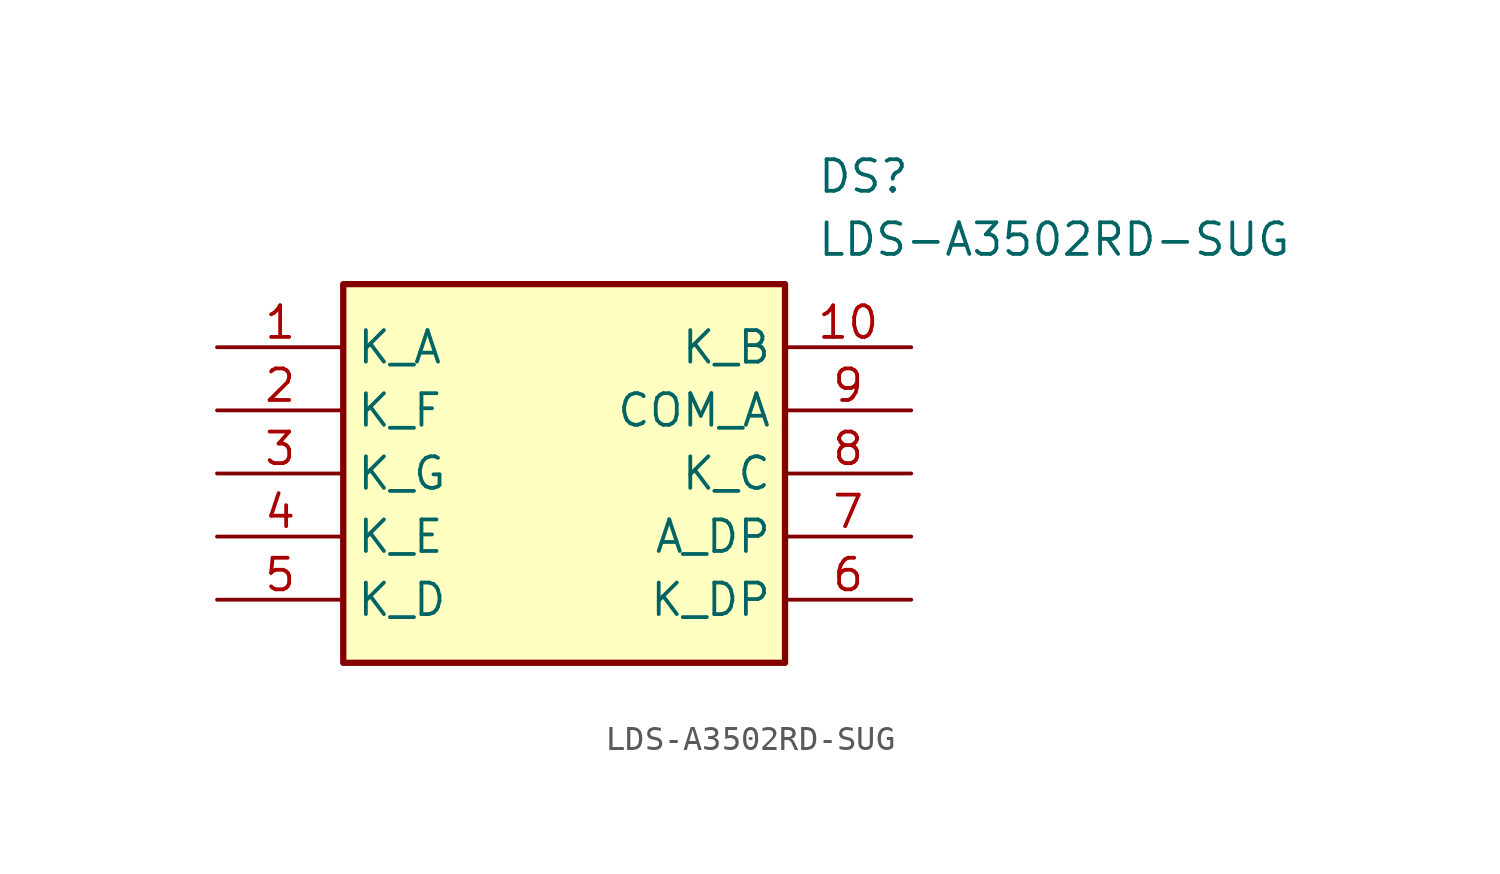
<source format=kicad_sym>
(kicad_symbol_lib
  (version 20231120)
  (generator "kicad_symbol_editor")
  (generator_version "8.0")
  (symbol "LDS-A3502RD-SUG"
    (property "Reference" "DS"
      (at 24.13 7.62 0)
      (effects (font (size 1.27 1.27)) (justify left top)))
    (property "Value" "LDS-A3502RD-SUG"
      (at 24.13 5.08 0)
      (effects (font (size 1.27 1.27)) (justify left top)))
    (symbol "LDS-A3502RD-SUG_1_1"
      (rectangle (start 5.08 2.54) (end 22.86 -12.7) (stroke (width 0.254) (type default)) (fill (type background)))
      (pin passive line (at 0 0 0) (length 5.08) (name "K_A" (effects (font (size 1.27 1.27)))) (number "1" (effects (font (size 1.27 1.27)))))
      (pin passive line (at 27.94 0 180) (length 5.08) (name "K_B" (effects (font (size 1.27 1.27)))) (number "10" (effects (font (size 1.27 1.27)))))
      (pin passive line (at 0 -2.54 0) (length 5.08) (name "K_F" (effects (font (size 1.27 1.27)))) (number "2" (effects (font (size 1.27 1.27)))))
      (pin passive line (at 0 -5.08 0) (length 5.08) (name "K_G" (effects (font (size 1.27 1.27)))) (number "3" (effects (font (size 1.27 1.27)))))
      (pin passive line (at 0 -7.62 0) (length 5.08) (name "K_E" (effects (font (size 1.27 1.27)))) (number "4" (effects (font (size 1.27 1.27)))))
      (pin passive line (at 0 -10.16 0) (length 5.08) (name "K_D" (effects (font (size 1.27 1.27)))) (number "5" (effects (font (size 1.27 1.27)))))
      (pin passive line (at 27.94 -10.16 180) (length 5.08) (name "K_DP" (effects (font (size 1.27 1.27)))) (number "6" (effects (font (size 1.27 1.27)))))
      (pin passive line (at 27.94 -7.62 180) (length 5.08) (name "A_DP" (effects (font (size 1.27 1.27)))) (number "7" (effects (font (size 1.27 1.27)))))
      (pin passive line (at 27.94 -5.08 180) (length 5.08) (name "K_C" (effects (font (size 1.27 1.27)))) (number "8" (effects (font (size 1.27 1.27)))))
      (pin passive line (at 27.94 -2.54 180) (length 5.08) (name "COM_A" (effects (font (size 1.27 1.27)))) (number "9" (effects (font (size 1.27 1.27))))))))
</source>
